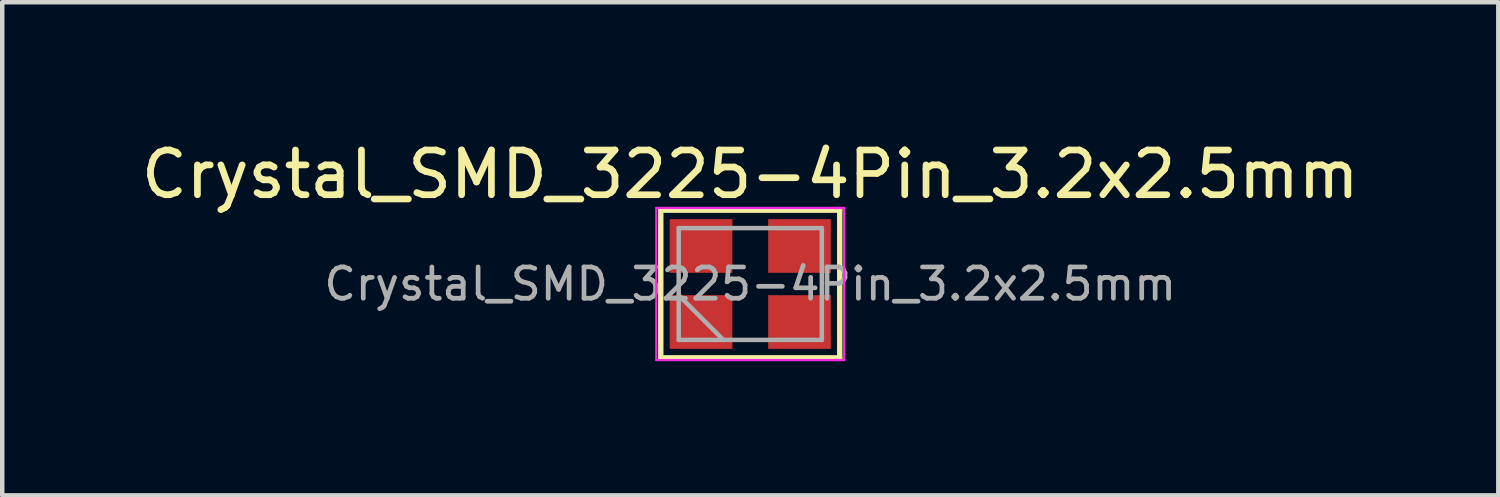
<source format=kicad_pcb>
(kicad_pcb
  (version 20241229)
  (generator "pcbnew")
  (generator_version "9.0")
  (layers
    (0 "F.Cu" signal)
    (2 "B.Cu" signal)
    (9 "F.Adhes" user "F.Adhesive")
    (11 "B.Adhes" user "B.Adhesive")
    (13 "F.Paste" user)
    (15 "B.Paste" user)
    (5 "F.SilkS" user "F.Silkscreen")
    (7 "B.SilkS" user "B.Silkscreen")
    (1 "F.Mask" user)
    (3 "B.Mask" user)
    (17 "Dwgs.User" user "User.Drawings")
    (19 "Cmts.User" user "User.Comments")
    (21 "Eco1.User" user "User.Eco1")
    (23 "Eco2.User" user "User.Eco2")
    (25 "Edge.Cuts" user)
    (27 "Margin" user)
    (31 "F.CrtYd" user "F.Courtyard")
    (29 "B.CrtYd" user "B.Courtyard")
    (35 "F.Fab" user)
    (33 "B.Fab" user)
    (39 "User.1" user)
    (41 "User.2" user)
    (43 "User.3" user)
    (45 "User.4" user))
  (footprint "Crystal_SMD_3225-4Pin_3.2x2.5mm"
    (layer "F.Cu")
    (at 13.72 3.298)
    (property "Reference" "Crystal_SMD_3225-4Pin_3.2x2.5mm" (at 0 -2.45 0) (layer "F.SilkS") (effects (font (size 1 1) (thickness 0.15))))
    (attr smd)
    (fp_line (start -2 -1.65) (end -2 1.65) (stroke (width 0.12) (type solid)) (layer "F.SilkS"))
    (fp_line (start -2 -1.65) (end 2 -1.65) (stroke (width 0.12) (type solid)) (layer "F.SilkS"))
    (fp_line (start -2 1.65) (end 2 1.65) (stroke (width 0.12) (type solid)) (layer "F.SilkS"))
    (fp_line (start 2 -1.65) (end 2 1.65) (stroke (width 0.12) (type solid)) (layer "F.SilkS"))
    (fp_line (start -2.1 -1.7) (end -2.1 1.7) (stroke (width 0.05) (type solid)) (layer "F.CrtYd"))
    (fp_line (start -2.1 1.7) (end 2.1 1.7) (stroke (width 0.05) (type solid)) (layer "F.CrtYd"))
    (fp_line (start 2.1 -1.7) (end -2.1 -1.7) (stroke (width 0.05) (type solid)) (layer "F.CrtYd"))
    (fp_line (start 2.1 1.7) (end 2.1 -1.7) (stroke (width 0.05) (type solid)) (layer "F.CrtYd"))
    (fp_line (start -1.6 -1.25) (end -1.6 1.25) (stroke (width 0.1) (type solid)) (layer "F.Fab"))
    (fp_line (start -1.6 0.25) (end -0.6 1.25) (stroke (width 0.1) (type solid)) (layer "F.Fab"))
    (fp_line (start -1.6 1.25) (end 1.6 1.25) (stroke (width 0.1) (type solid)) (layer "F.Fab"))
    (fp_line (start 1.6 -1.25) (end -1.6 -1.25) (stroke (width 0.1) (type solid)) (layer "F.Fab"))
    (fp_line (start 1.6 1.25) (end 1.6 -1.25) (stroke (width 0.1) (type solid)) (layer "F.Fab"))
    (fp_text user "${REFERENCE}" (at 0 0 0) (layer "F.Fab") (effects (font (size 0.7 0.7) (thickness 0.105))))
    (pad "1" smd rect (at -1.1 0.85) (size 1.4 1.2) (layers "F.Cu" "F.Mask" "F.Paste"))
    (pad "2" smd rect (at 1.1 0.85) (size 1.4 1.2) (layers "F.Cu" "F.Mask" "F.Paste"))
    (pad "3" smd rect (at 1.1 -0.85) (size 1.4 1.2) (layers "F.Cu" "F.Mask" "F.Paste"))
    (pad "4" smd rect (at -1.1 -0.85) (size 1.4 1.2) (layers "F.Cu" "F.Mask" "F.Paste")))
  (gr_rect
    (start -3 -3)
    (end 30.44 8.023)
    (stroke (width 0.1) (type default))
    (fill no)
    (layer "Edge.Cuts")))
</source>
